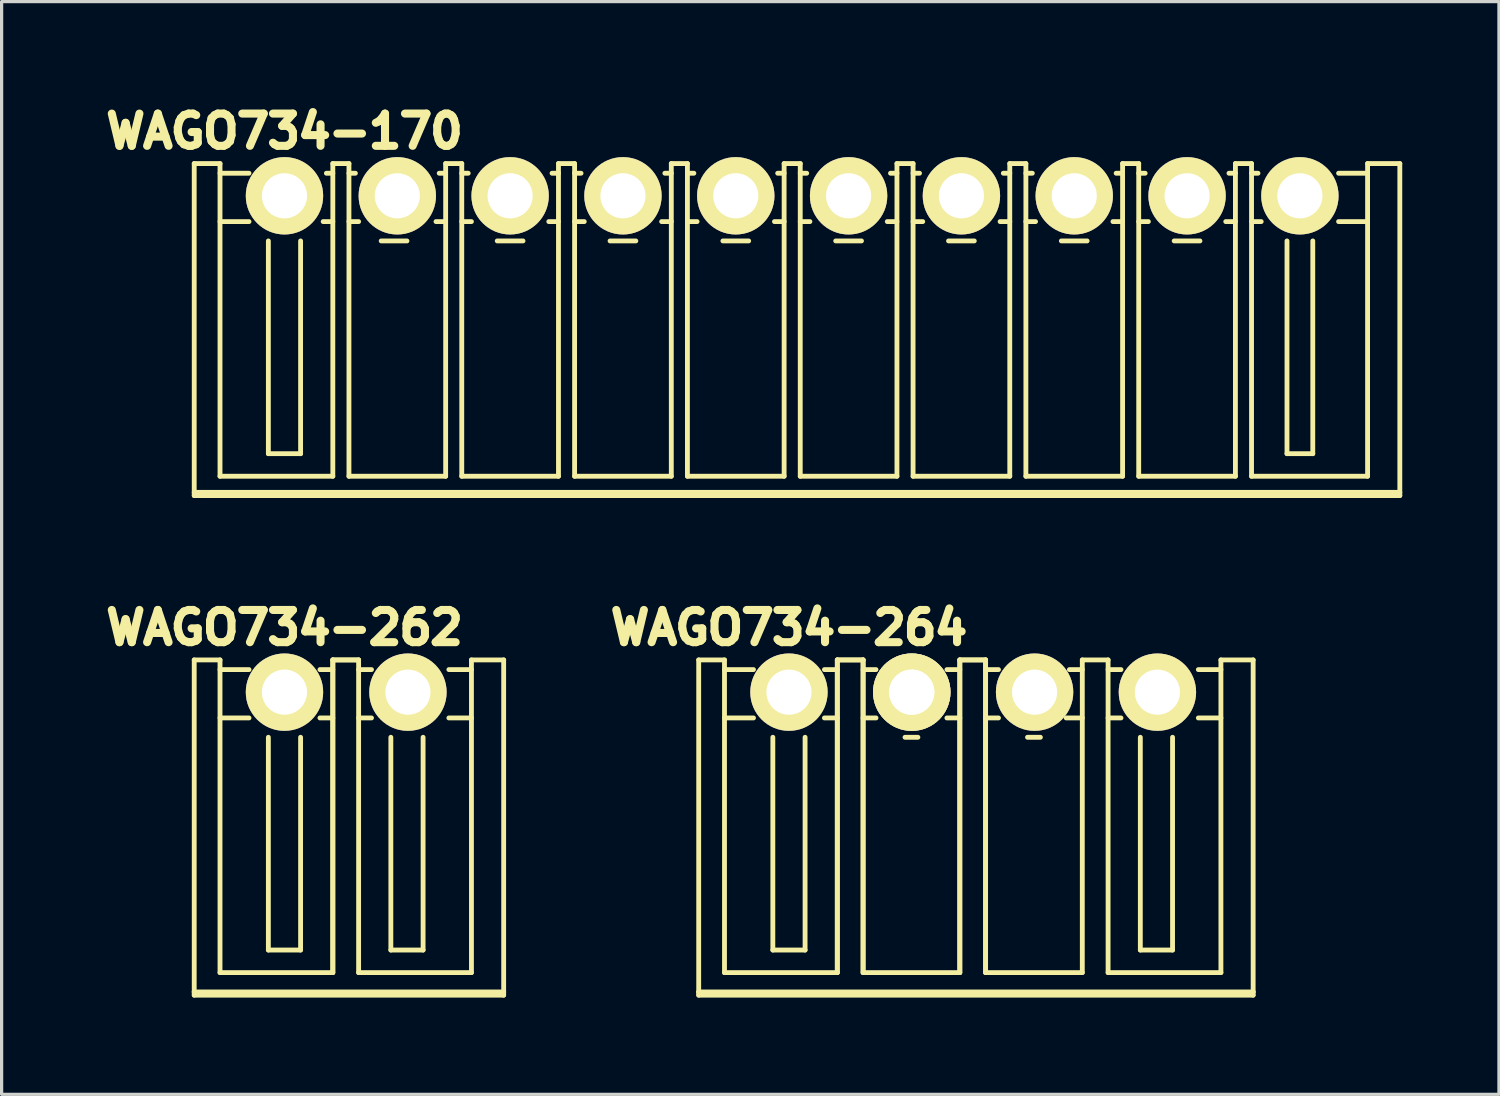
<source format=kicad_pcb>
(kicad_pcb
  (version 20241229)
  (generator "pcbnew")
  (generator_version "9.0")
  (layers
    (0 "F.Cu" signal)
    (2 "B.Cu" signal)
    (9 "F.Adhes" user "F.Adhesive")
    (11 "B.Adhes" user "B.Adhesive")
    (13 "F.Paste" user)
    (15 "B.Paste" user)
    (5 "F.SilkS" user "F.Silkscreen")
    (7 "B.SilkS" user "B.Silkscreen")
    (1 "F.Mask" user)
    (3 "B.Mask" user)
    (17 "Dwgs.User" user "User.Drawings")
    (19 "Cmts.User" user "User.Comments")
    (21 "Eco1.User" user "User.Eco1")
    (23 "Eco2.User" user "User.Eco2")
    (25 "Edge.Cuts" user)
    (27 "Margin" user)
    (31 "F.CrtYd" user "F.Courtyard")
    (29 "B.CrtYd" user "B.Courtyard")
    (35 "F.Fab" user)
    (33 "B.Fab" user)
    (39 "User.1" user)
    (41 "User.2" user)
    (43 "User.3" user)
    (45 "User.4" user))
  (footprint "WAGO734-264"
    (layer "F.Cu")
    (at 21.425 18.422)
    (property "Reference" "WAGO734-264" (at 0 -2 0) (layer "F.SilkS") (effects (font (size 1 1) (thickness 0.25))))
    (attr through_hole)
    (fp_line (start -2.8 -1) (end -2.8 9.3) (stroke (width 0.15) (type solid)) (layer "F.SilkS"))
    (fp_line (start -2.8 -1) (end -2 -1) (stroke (width 0.15) (type solid)) (layer "F.SilkS"))
    (fp_line (start -2.8 9.3) (end -2.8 9.4) (stroke (width 0.15) (type solid)) (layer "F.SilkS"))
    (fp_line (start -2.8 9.4) (end 14.4 9.4) (stroke (width 0.15) (type solid)) (layer "F.SilkS"))
    (fp_line (start -2 -1) (end -2 8.7) (stroke (width 0.15) (type solid)) (layer "F.SilkS"))
    (fp_line (start -2 -0.7) (end -1.1 -0.7) (stroke (width 0.15) (type solid)) (layer "F.SilkS"))
    (fp_line (start -2 0.8) (end -1.1 0.8) (stroke (width 0.15) (type solid)) (layer "F.SilkS"))
    (fp_line (start -0.5 1.4) (end -0.5 8) (stroke (width 0.15) (type solid)) (layer "F.SilkS"))
    (fp_line (start -0.5 8) (end 0.5 8) (stroke (width 0.15) (type solid)) (layer "F.SilkS"))
    (fp_line (start 0.5 8) (end 0.5 1.4) (stroke (width 0.15) (type solid)) (layer "F.SilkS"))
    (fp_line (start 1.1 -0.7) (end 1.5 -0.7) (stroke (width 0.15) (type solid)) (layer "F.SilkS"))
    (fp_line (start 1.5 -1) (end 1.5 8.7) (stroke (width 0.15) (type solid)) (layer "F.SilkS"))
    (fp_line (start 1.5 -1) (end 1.5 8.7) (stroke (width 0.15) (type solid)) (layer "F.SilkS"))
    (fp_line (start 1.5 -1) (end 2.3 -1) (stroke (width 0.15) (type solid)) (layer "F.SilkS"))
    (fp_line (start 1.5 -1) (end 2.3 -1) (stroke (width 0.15) (type solid)) (layer "F.SilkS"))
    (fp_line (start 1.5 0.8) (end 1.1 0.8) (stroke (width 0.15) (type solid)) (layer "F.SilkS"))
    (fp_line (start 1.5 8.7) (end -2 8.7) (stroke (width 0.15) (type solid)) (layer "F.SilkS"))
    (fp_line (start 2.3 -1) (end 2.3 8.7) (stroke (width 0.15) (type solid)) (layer "F.SilkS"))
    (fp_line (start 2.3 -1) (end 2.3 8.7) (stroke (width 0.15) (type solid)) (layer "F.SilkS"))
    (fp_line (start 2.3 -0.7) (end 2.7 -0.7) (stroke (width 0.15) (type solid)) (layer "F.SilkS"))
    (fp_line (start 2.3 0.8) (end 2.7 0.8) (stroke (width 0.15) (type solid)) (layer "F.SilkS"))
    (fp_line (start 3.6 1.4) (end 4 1.4) (stroke (width 0.15) (type solid)) (layer "F.SilkS"))
    (fp_line (start 4.9 -0.7) (end 5.3 -0.7) (stroke (width 0.15) (type solid)) (layer "F.SilkS"))
    (fp_line (start 4.9 0.8) (end 5.3 0.8) (stroke (width 0.15) (type solid)) (layer "F.SilkS"))
    (fp_line (start 5.3 -1) (end 5.3 8.7) (stroke (width 0.15) (type solid)) (layer "F.SilkS"))
    (fp_line (start 5.3 -1) (end 5.3 8.7) (stroke (width 0.15) (type solid)) (layer "F.SilkS"))
    (fp_line (start 5.3 -1) (end 6.1 -1) (stroke (width 0.15) (type solid)) (layer "F.SilkS"))
    (fp_line (start 5.3 -1) (end 6.1 -1) (stroke (width 0.15) (type solid)) (layer "F.SilkS"))
    (fp_line (start 5.3 8.7) (end 2.3 8.7) (stroke (width 0.15) (type solid)) (layer "F.SilkS"))
    (fp_line (start 6.1 -1) (end 6.1 8.7) (stroke (width 0.15) (type solid)) (layer "F.SilkS"))
    (fp_line (start 6.1 -1) (end 6.1 8.7) (stroke (width 0.15) (type solid)) (layer "F.SilkS"))
    (fp_line (start 6.1 -0.7) (end 6.5 -0.7) (stroke (width 0.15) (type solid)) (layer "F.SilkS"))
    (fp_line (start 6.1 0.8) (end 6.5 0.8) (stroke (width 0.15) (type solid)) (layer "F.SilkS"))
    (fp_line (start 7.4 1.4) (end 7.8 1.4) (stroke (width 0.15) (type solid)) (layer "F.SilkS"))
    (fp_line (start 8.6 0.8) (end 9.1 0.8) (stroke (width 0.15) (type solid)) (layer "F.SilkS"))
    (fp_line (start 8.7 -0.7) (end 9.1 -0.7) (stroke (width 0.15) (type solid)) (layer "F.SilkS"))
    (fp_line (start 9.1 -1) (end 9.1 8.7) (stroke (width 0.15) (type solid)) (layer "F.SilkS"))
    (fp_line (start 9.1 -1) (end 9.9 -1) (stroke (width 0.15) (type solid)) (layer "F.SilkS"))
    (fp_line (start 9.1 8.7) (end 6.1 8.7) (stroke (width 0.15) (type solid)) (layer "F.SilkS"))
    (fp_line (start 9.9 -1) (end 9.9 8.7) (stroke (width 0.15) (type solid)) (layer "F.SilkS"))
    (fp_line (start 9.9 -0.7) (end 10.3 -0.7) (stroke (width 0.15) (type solid)) (layer "F.SilkS"))
    (fp_line (start 9.9 0.8) (end 10.3 0.8) (stroke (width 0.15) (type solid)) (layer "F.SilkS"))
    (fp_line (start 10.9 1.4) (end 10.9 8) (stroke (width 0.15) (type solid)) (layer "F.SilkS"))
    (fp_line (start 10.9 8) (end 11.9 8) (stroke (width 0.15) (type solid)) (layer "F.SilkS"))
    (fp_line (start 11.9 8) (end 11.9 1.4) (stroke (width 0.15) (type solid)) (layer "F.SilkS"))
    (fp_line (start 12.7 0.8) (end 13.4 0.8) (stroke (width 0.15) (type solid)) (layer "F.SilkS"))
    (fp_line (start 13.4 -1) (end 14.4 -1) (stroke (width 0.15) (type solid)) (layer "F.SilkS"))
    (fp_line (start 13.4 -0.7) (end 12.7 -0.7) (stroke (width 0.15) (type solid)) (layer "F.SilkS"))
    (fp_line (start 13.4 8.7) (end 9.9 8.7) (stroke (width 0.15) (type solid)) (layer "F.SilkS"))
    (fp_line (start 13.4 8.7) (end 13.4 -1) (stroke (width 0.15) (type solid)) (layer "F.SilkS"))
    (fp_line (start 14.4 -1) (end 14.4 9.3) (stroke (width 0.15) (type solid)) (layer "F.SilkS"))
    (fp_line (start 14.4 9.3) (end -2.8 9.3) (stroke (width 0.15) (type solid)) (layer "F.SilkS"))
    (fp_line (start 14.4 9.4) (end 14.4 9.3) (stroke (width 0.15) (type solid)) (layer "F.SilkS"))
    (pad "1" thru_hole circle (at 0 0) (size 2.4 2.4) (drill 1.4) (layers "*.Cu" "*.Mask" "F.SilkS"))
    (pad "2" thru_hole circle (at 3.81 0) (size 2.4 2.4) (drill 1.4) (layers "*.Cu" "*.Mask" "F.SilkS"))
    (pad "2" thru_hole circle (at 3.81 0) (size 2.4 2.4) (drill 1.4) (layers "*.Cu" "*.Mask" "F.SilkS"))
    (pad "3" thru_hole circle (at 7.62 0) (size 2.4 2.4) (drill 1.4) (layers "*.Cu" "*.Mask" "F.SilkS"))
    (pad "4" thru_hole circle (at 11.43 0) (size 2.4 2.4) (drill 1.4) (layers "*.Cu" "*.Mask" "F.SilkS")))
  (footprint "WAGO734-170"
    (layer "F.Cu")
    (at 5.775 3.024)
    (property "Reference" "WAGO734-170" (at 0 -2 0) (layer "F.SilkS") (effects (font (size 1 1) (thickness 0.25))))
    (attr through_hole)
    (fp_line (start -2.8 -1) (end -2 -1) (stroke (width 0.15) (type solid)) (layer "F.SilkS"))
    (fp_line (start -2.8 9.3) (end -2.8 -1) (stroke (width 0.15) (type solid)) (layer "F.SilkS"))
    (fp_line (start -2 -1) (end -2 8.7) (stroke (width 0.15) (type solid)) (layer "F.SilkS"))
    (fp_line (start -2 -0.7) (end -1.1 -0.7) (stroke (width 0.15) (type solid)) (layer "F.SilkS"))
    (fp_line (start -2 0.8) (end -1.1 0.8) (stroke (width 0.15) (type solid)) (layer "F.SilkS"))
    (fp_line (start -0.5 1.4) (end -0.5 8) (stroke (width 0.15) (type solid)) (layer "F.SilkS"))
    (fp_line (start -0.5 8) (end 0.5 8) (stroke (width 0.15) (type solid)) (layer "F.SilkS"))
    (fp_line (start 0.5 8) (end 0.5 1.4) (stroke (width 0.15) (type solid)) (layer "F.SilkS"))
    (fp_line (start 1.5 -1) (end 1.5 8.7) (stroke (width 0.15) (type solid)) (layer "F.SilkS"))
    (fp_line (start 1.5 -1) (end 2 -1) (stroke (width 0.15) (type solid)) (layer "F.SilkS"))
    (fp_line (start 1.5 -0.7) (end 1.3 -0.7) (stroke (width 0.15) (type solid)) (layer "F.SilkS"))
    (fp_line (start 1.5 0.8) (end 1.2 0.8) (stroke (width 0.15) (type solid)) (layer "F.SilkS"))
    (fp_line (start 1.5 8.7) (end -2 8.7) (stroke (width 0.15) (type solid)) (layer "F.SilkS"))
    (fp_line (start 2 -1) (end 2 8.7) (stroke (width 0.15) (type solid)) (layer "F.SilkS"))
    (fp_line (start 2 -0.7) (end 2.2 -0.7) (stroke (width 0.15) (type solid)) (layer "F.SilkS"))
    (fp_line (start 2 0.8) (end 2.3 0.8) (stroke (width 0.15) (type solid)) (layer "F.SilkS"))
    (fp_line (start 3 1.4) (end 3.8 1.4) (stroke (width 0.15) (type solid)) (layer "F.SilkS"))
    (fp_line (start 5 -1) (end 5 8.7) (stroke (width 0.15) (type solid)) (layer "F.SilkS"))
    (fp_line (start 5 -1) (end 5.5 -1) (stroke (width 0.15) (type solid)) (layer "F.SilkS"))
    (fp_line (start 5 -0.7) (end 4.8 -0.7) (stroke (width 0.15) (type solid)) (layer "F.SilkS"))
    (fp_line (start 5 0.8) (end 4.7 0.8) (stroke (width 0.15) (type solid)) (layer "F.SilkS"))
    (fp_line (start 5 8.7) (end 2 8.7) (stroke (width 0.15) (type solid)) (layer "F.SilkS"))
    (fp_line (start 5.5 -1) (end 5.5 8.7) (stroke (width 0.15) (type solid)) (layer "F.SilkS"))
    (fp_line (start 5.5 -0.7) (end 5.7 -0.7) (stroke (width 0.15) (type solid)) (layer "F.SilkS"))
    (fp_line (start 5.5 0.8) (end 5.8 0.8) (stroke (width 0.15) (type solid)) (layer "F.SilkS"))
    (fp_line (start 6.6 1.4) (end 7.4 1.4) (stroke (width 0.15) (type solid)) (layer "F.SilkS"))
    (fp_line (start 8.5 -1) (end 8.5 8.7) (stroke (width 0.15) (type solid)) (layer "F.SilkS"))
    (fp_line (start 8.5 -0.7) (end 8.3 -0.7) (stroke (width 0.15) (type solid)) (layer "F.SilkS"))
    (fp_line (start 8.5 0.8) (end 8.2 0.8) (stroke (width 0.15) (type solid)) (layer "F.SilkS"))
    (fp_line (start 8.5 8.7) (end 5.5 8.7) (stroke (width 0.15) (type solid)) (layer "F.SilkS"))
    (fp_line (start 9 -1) (end 8.5 -1) (stroke (width 0.15) (type solid)) (layer "F.SilkS"))
    (fp_line (start 9 -1) (end 9 8.7) (stroke (width 0.15) (type solid)) (layer "F.SilkS"))
    (fp_line (start 9 -0.7) (end 9.2 -0.7) (stroke (width 0.15) (type solid)) (layer "F.SilkS"))
    (fp_line (start 9 0.8) (end 9.3 0.8) (stroke (width 0.15) (type solid)) (layer "F.SilkS"))
    (fp_line (start 9 8.7) (end 12 8.7) (stroke (width 0.15) (type solid)) (layer "F.SilkS"))
    (fp_line (start 10.1 1.4) (end 10.9 1.4) (stroke (width 0.15) (type solid)) (layer "F.SilkS"))
    (fp_line (start 12 -1) (end 12 8.7) (stroke (width 0.15) (type solid)) (layer "F.SilkS"))
    (fp_line (start 12 -1) (end 12.5 -1) (stroke (width 0.15) (type solid)) (layer "F.SilkS"))
    (fp_line (start 12 -0.7) (end 11.8 -0.7) (stroke (width 0.15) (type solid)) (layer "F.SilkS"))
    (fp_line (start 12 0.8) (end 11.7 0.8) (stroke (width 0.15) (type solid)) (layer "F.SilkS"))
    (fp_line (start 12.5 -1) (end 12.5 8.7) (stroke (width 0.15) (type solid)) (layer "F.SilkS"))
    (fp_line (start 12.5 -0.7) (end 12.7 -0.7) (stroke (width 0.15) (type solid)) (layer "F.SilkS"))
    (fp_line (start 12.5 0.8) (end 12.8 0.8) (stroke (width 0.15) (type solid)) (layer "F.SilkS"))
    (fp_line (start 13.6 1.4) (end 14.4 1.4) (stroke (width 0.15) (type solid)) (layer "F.SilkS"))
    (fp_line (start 15.5 -1) (end 15.5 8.7) (stroke (width 0.15) (type solid)) (layer "F.SilkS"))
    (fp_line (start 15.5 -1) (end 16 -1) (stroke (width 0.15) (type solid)) (layer "F.SilkS"))
    (fp_line (start 15.5 -0.7) (end 15.3 -0.7) (stroke (width 0.15) (type solid)) (layer "F.SilkS"))
    (fp_line (start 15.5 0.8) (end 15.2 0.8) (stroke (width 0.15) (type solid)) (layer "F.SilkS"))
    (fp_line (start 15.5 8.7) (end 12.5 8.7) (stroke (width 0.15) (type solid)) (layer "F.SilkS"))
    (fp_line (start 16 -1) (end 16 8.7) (stroke (width 0.15) (type solid)) (layer "F.SilkS"))
    (fp_line (start 16 -0.7) (end 16.2 -0.7) (stroke (width 0.15) (type solid)) (layer "F.SilkS"))
    (fp_line (start 16 0.8) (end 16.3 0.8) (stroke (width 0.15) (type solid)) (layer "F.SilkS"))
    (fp_line (start 17.1 1.4) (end 17.9 1.4) (stroke (width 0.15) (type solid)) (layer "F.SilkS"))
    (fp_line (start 19 -1) (end 19 8.7) (stroke (width 0.15) (type solid)) (layer "F.SilkS"))
    (fp_line (start 19 -1) (end 19.5 -1) (stroke (width 0.15) (type solid)) (layer "F.SilkS"))
    (fp_line (start 19 -0.7) (end 18.8 -0.7) (stroke (width 0.15) (type solid)) (layer "F.SilkS"))
    (fp_line (start 19 0.8) (end 18.7 0.8) (stroke (width 0.15) (type solid)) (layer "F.SilkS"))
    (fp_line (start 19 8.7) (end 16 8.7) (stroke (width 0.15) (type solid)) (layer "F.SilkS"))
    (fp_line (start 19.5 -1) (end 19.5 8.7) (stroke (width 0.15) (type solid)) (layer "F.SilkS"))
    (fp_line (start 19.5 -0.7) (end 19.7 -0.7) (stroke (width 0.15) (type solid)) (layer "F.SilkS"))
    (fp_line (start 19.5 0.8) (end 19.8 0.8) (stroke (width 0.15) (type solid)) (layer "F.SilkS"))
    (fp_line (start 20.6 1.4) (end 21.4 1.4) (stroke (width 0.15) (type solid)) (layer "F.SilkS"))
    (fp_line (start 22.5 -1) (end 22.5 8.7) (stroke (width 0.15) (type solid)) (layer "F.SilkS"))
    (fp_line (start 22.5 -1) (end 23 -1) (stroke (width 0.15) (type solid)) (layer "F.SilkS"))
    (fp_line (start 22.5 -0.7) (end 22.3 -0.7) (stroke (width 0.15) (type solid)) (layer "F.SilkS"))
    (fp_line (start 22.5 0.8) (end 22.2 0.8) (stroke (width 0.15) (type solid)) (layer "F.SilkS"))
    (fp_line (start 22.5 8.7) (end 19.5 8.7) (stroke (width 0.15) (type solid)) (layer "F.SilkS"))
    (fp_line (start 23 -1) (end 23 8.7) (stroke (width 0.15) (type solid)) (layer "F.SilkS"))
    (fp_line (start 23 -0.7) (end 23.2 -0.7) (stroke (width 0.15) (type solid)) (layer "F.SilkS"))
    (fp_line (start 23 0.8) (end 23.3 0.8) (stroke (width 0.15) (type solid)) (layer "F.SilkS"))
    (fp_line (start 24.1 1.4) (end 24.9 1.4) (stroke (width 0.15) (type solid)) (layer "F.SilkS"))
    (fp_line (start 26 -1) (end 26 8.7) (stroke (width 0.15) (type solid)) (layer "F.SilkS"))
    (fp_line (start 26 -1) (end 26.5 -1) (stroke (width 0.15) (type solid)) (layer "F.SilkS"))
    (fp_line (start 26 -0.7) (end 25.8 -0.7) (stroke (width 0.15) (type solid)) (layer "F.SilkS"))
    (fp_line (start 26 0.8) (end 25.7 0.8) (stroke (width 0.15) (type solid)) (layer "F.SilkS"))
    (fp_line (start 26 8.7) (end 23 8.7) (stroke (width 0.15) (type solid)) (layer "F.SilkS"))
    (fp_line (start 26.5 -1) (end 26.5 8.7) (stroke (width 0.15) (type solid)) (layer "F.SilkS"))
    (fp_line (start 26.5 -0.7) (end 26.7 -0.7) (stroke (width 0.15) (type solid)) (layer "F.SilkS"))
    (fp_line (start 26.5 0.8) (end 26.8 0.8) (stroke (width 0.15) (type solid)) (layer "F.SilkS"))
    (fp_line (start 27.6 1.4) (end 28.4 1.4) (stroke (width 0.15) (type solid)) (layer "F.SilkS"))
    (fp_line (start 29.5 -1) (end 29.5 8.7) (stroke (width 0.15) (type solid)) (layer "F.SilkS"))
    (fp_line (start 29.5 -1) (end 30 -1) (stroke (width 0.15) (type solid)) (layer "F.SilkS"))
    (fp_line (start 29.5 -0.7) (end 29.3 -0.7) (stroke (width 0.15) (type solid)) (layer "F.SilkS"))
    (fp_line (start 29.5 0.8) (end 29.2 0.8) (stroke (width 0.15) (type solid)) (layer "F.SilkS"))
    (fp_line (start 29.5 8.7) (end 26.5 8.7) (stroke (width 0.15) (type solid)) (layer "F.SilkS"))
    (fp_line (start 30 -1) (end 30 8.7) (stroke (width 0.15) (type solid)) (layer "F.SilkS"))
    (fp_line (start 30 -0.7) (end 30.2 -0.7) (stroke (width 0.15) (type solid)) (layer "F.SilkS"))
    (fp_line (start 30 8.7) (end 33.6 8.7) (stroke (width 0.15) (type solid)) (layer "F.SilkS"))
    (fp_line (start 30.3 0.8) (end 30 0.8) (stroke (width 0.15) (type solid)) (layer "F.SilkS"))
    (fp_line (start 31.1 1.4) (end 31.1 8) (stroke (width 0.15) (type solid)) (layer "F.SilkS"))
    (fp_line (start 31.1 8) (end 31.9 8) (stroke (width 0.15) (type solid)) (layer "F.SilkS"))
    (fp_line (start 31.9 8) (end 31.9 1.4) (stroke (width 0.15) (type solid)) (layer "F.SilkS"))
    (fp_line (start 33.6 -1) (end 34.6 -1) (stroke (width 0.15) (type solid)) (layer "F.SilkS"))
    (fp_line (start 33.6 -0.7) (end 32.7 -0.7) (stroke (width 0.15) (type solid)) (layer "F.SilkS"))
    (fp_line (start 33.6 0.8) (end 32.7 0.8) (stroke (width 0.15) (type solid)) (layer "F.SilkS"))
    (fp_line (start 33.6 8.7) (end 33.6 -1) (stroke (width 0.15) (type solid)) (layer "F.SilkS"))
    (fp_line (start 34.6 -1) (end 34.6 9.3) (stroke (width 0.15) (type solid)) (layer "F.SilkS"))
    (fp_line (start 34.6 9.2) (end -2.8 9.2) (stroke (width 0.15) (type solid)) (layer "F.SilkS"))
    (fp_line (start 34.6 9.3) (end -2.8 9.3) (stroke (width 0.15) (type solid)) (layer "F.SilkS"))
    (pad "1" thru_hole circle (at 0 0) (size 2.4 2.4) (drill 1.4) (layers "*.Cu" "*.Mask" "F.SilkS"))
    (pad "2" thru_hole circle (at 3.5 0) (size 2.4 2.4) (drill 1.4) (layers "*.Cu" "*.Mask" "F.SilkS"))
    (pad "3" thru_hole circle (at 7 0) (size 2.4 2.4) (drill 1.4) (layers "*.Cu" "*.Mask" "F.SilkS"))
    (pad "4" thru_hole circle (at 10.5 0) (size 2.4 2.4) (drill 1.4) (layers "*.Cu" "*.Mask" "F.SilkS"))
    (pad "5" thru_hole circle (at 14 0) (size 2.4 2.4) (drill 1.4) (layers "*.Cu" "*.Mask" "F.SilkS"))
    (pad "6" thru_hole circle (at 17.5 0) (size 2.4 2.4) (drill 1.4) (layers "*.Cu" "*.Mask" "F.SilkS"))
    (pad "7" thru_hole circle (at 21 0) (size 2.4 2.4) (drill 1.4) (layers "*.Cu" "*.Mask" "F.SilkS"))
    (pad "8" thru_hole circle (at 24.5 0) (size 2.4 2.4) (drill 1.4) (layers "*.Cu" "*.Mask" "F.SilkS"))
    (pad "9" thru_hole circle (at 28 0) (size 2.4 2.4) (drill 1.4) (layers "*.Cu" "*.Mask" "F.SilkS"))
    (pad "10" thru_hole circle (at 31.5 0) (size 2.4 2.4) (drill 1.4) (layers "*.Cu" "*.Mask" "F.SilkS")))
  (footprint "WAGO734-262"
    (layer "F.Cu")
    (at 5.775 18.422)
    (property "Reference" "WAGO734-262" (at 0 -2 0) (layer "F.SilkS") (effects (font (size 1 1) (thickness 0.25))))
    (attr through_hole)
    (fp_line (start -2.8 -1) (end -2.8 9.3) (stroke (width 0.15) (type solid)) (layer "F.SilkS"))
    (fp_line (start -2.8 -1) (end -2 -1) (stroke (width 0.15) (type solid)) (layer "F.SilkS"))
    (fp_line (start -2.8 9.3) (end -2.8 9.4) (stroke (width 0.15) (type solid)) (layer "F.SilkS"))
    (fp_line (start -2.8 9.4) (end 6.8 9.4) (stroke (width 0.15) (type solid)) (layer "F.SilkS"))
    (fp_line (start -2 -1) (end -2 8.7) (stroke (width 0.15) (type solid)) (layer "F.SilkS"))
    (fp_line (start -2 -0.7) (end -1.1 -0.7) (stroke (width 0.15) (type solid)) (layer "F.SilkS"))
    (fp_line (start -2 0.8) (end -1.1 0.8) (stroke (width 0.15) (type solid)) (layer "F.SilkS"))
    (fp_line (start -0.5 1.4) (end -0.5 8) (stroke (width 0.15) (type solid)) (layer "F.SilkS"))
    (fp_line (start -0.5 8) (end 0.5 8) (stroke (width 0.15) (type solid)) (layer "F.SilkS"))
    (fp_line (start 0.5 8) (end 0.5 1.4) (stroke (width 0.15) (type solid)) (layer "F.SilkS"))
    (fp_line (start 1.1 -0.7) (end 1.5 -0.7) (stroke (width 0.15) (type solid)) (layer "F.SilkS"))
    (fp_line (start 1.5 -1) (end 1.5 8.7) (stroke (width 0.15) (type solid)) (layer "F.SilkS"))
    (fp_line (start 1.5 -1) (end 1.5 8.7) (stroke (width 0.15) (type solid)) (layer "F.SilkS"))
    (fp_line (start 1.5 -1) (end 2.3 -1) (stroke (width 0.15) (type solid)) (layer "F.SilkS"))
    (fp_line (start 1.5 -1) (end 2.3 -1) (stroke (width 0.15) (type solid)) (layer "F.SilkS"))
    (fp_line (start 1.5 0.8) (end 1.1 0.8) (stroke (width 0.15) (type solid)) (layer "F.SilkS"))
    (fp_line (start 1.5 8.7) (end -2 8.7) (stroke (width 0.15) (type solid)) (layer "F.SilkS"))
    (fp_line (start 2.3 -1) (end 2.3 8.7) (stroke (width 0.15) (type solid)) (layer "F.SilkS"))
    (fp_line (start 2.3 -0.7) (end 2.7 -0.7) (stroke (width 0.15) (type solid)) (layer "F.SilkS"))
    (fp_line (start 2.3 0.8) (end 2.7 0.8) (stroke (width 0.15) (type solid)) (layer "F.SilkS"))
    (fp_line (start 3.3 1.4) (end 3.3 8) (stroke (width 0.15) (type solid)) (layer "F.SilkS"))
    (fp_line (start 3.3 8) (end 4.3 8) (stroke (width 0.15) (type solid)) (layer "F.SilkS"))
    (fp_line (start 4.3 8) (end 4.3 1.4) (stroke (width 0.15) (type solid)) (layer "F.SilkS"))
    (fp_line (start 5.1 0.8) (end 5.8 0.8) (stroke (width 0.15) (type solid)) (layer "F.SilkS"))
    (fp_line (start 5.8 -1) (end 6.8 -1) (stroke (width 0.15) (type solid)) (layer "F.SilkS"))
    (fp_line (start 5.8 -0.7) (end 5.1 -0.7) (stroke (width 0.15) (type solid)) (layer "F.SilkS"))
    (fp_line (start 5.8 8.7) (end 2.3 8.7) (stroke (width 0.15) (type solid)) (layer "F.SilkS"))
    (fp_line (start 5.8 8.7) (end 5.8 -1) (stroke (width 0.15) (type solid)) (layer "F.SilkS"))
    (fp_line (start 6.8 -1) (end 6.8 9.3) (stroke (width 0.15) (type solid)) (layer "F.SilkS"))
    (fp_line (start 6.8 9.3) (end -2.8 9.3) (stroke (width 0.15) (type solid)) (layer "F.SilkS"))
    (fp_line (start 6.8 9.4) (end 6.8 9.3) (stroke (width 0.15) (type solid)) (layer "F.SilkS"))
    (pad "1" thru_hole circle (at 0 0) (size 2.4 2.4) (drill 1.4) (layers "*.Cu" "*.Mask" "F.SilkS"))
    (pad "2" thru_hole circle (at 3.83 0) (size 2.4 2.4) (drill 1.4) (layers "*.Cu" "*.Mask" "F.SilkS")))
  (gr_rect
    (start -3 -3)
    (end 43.45 30.898)
    (stroke (width 0.1) (type default))
    (fill no)
    (layer "Edge.Cuts")))
</source>
